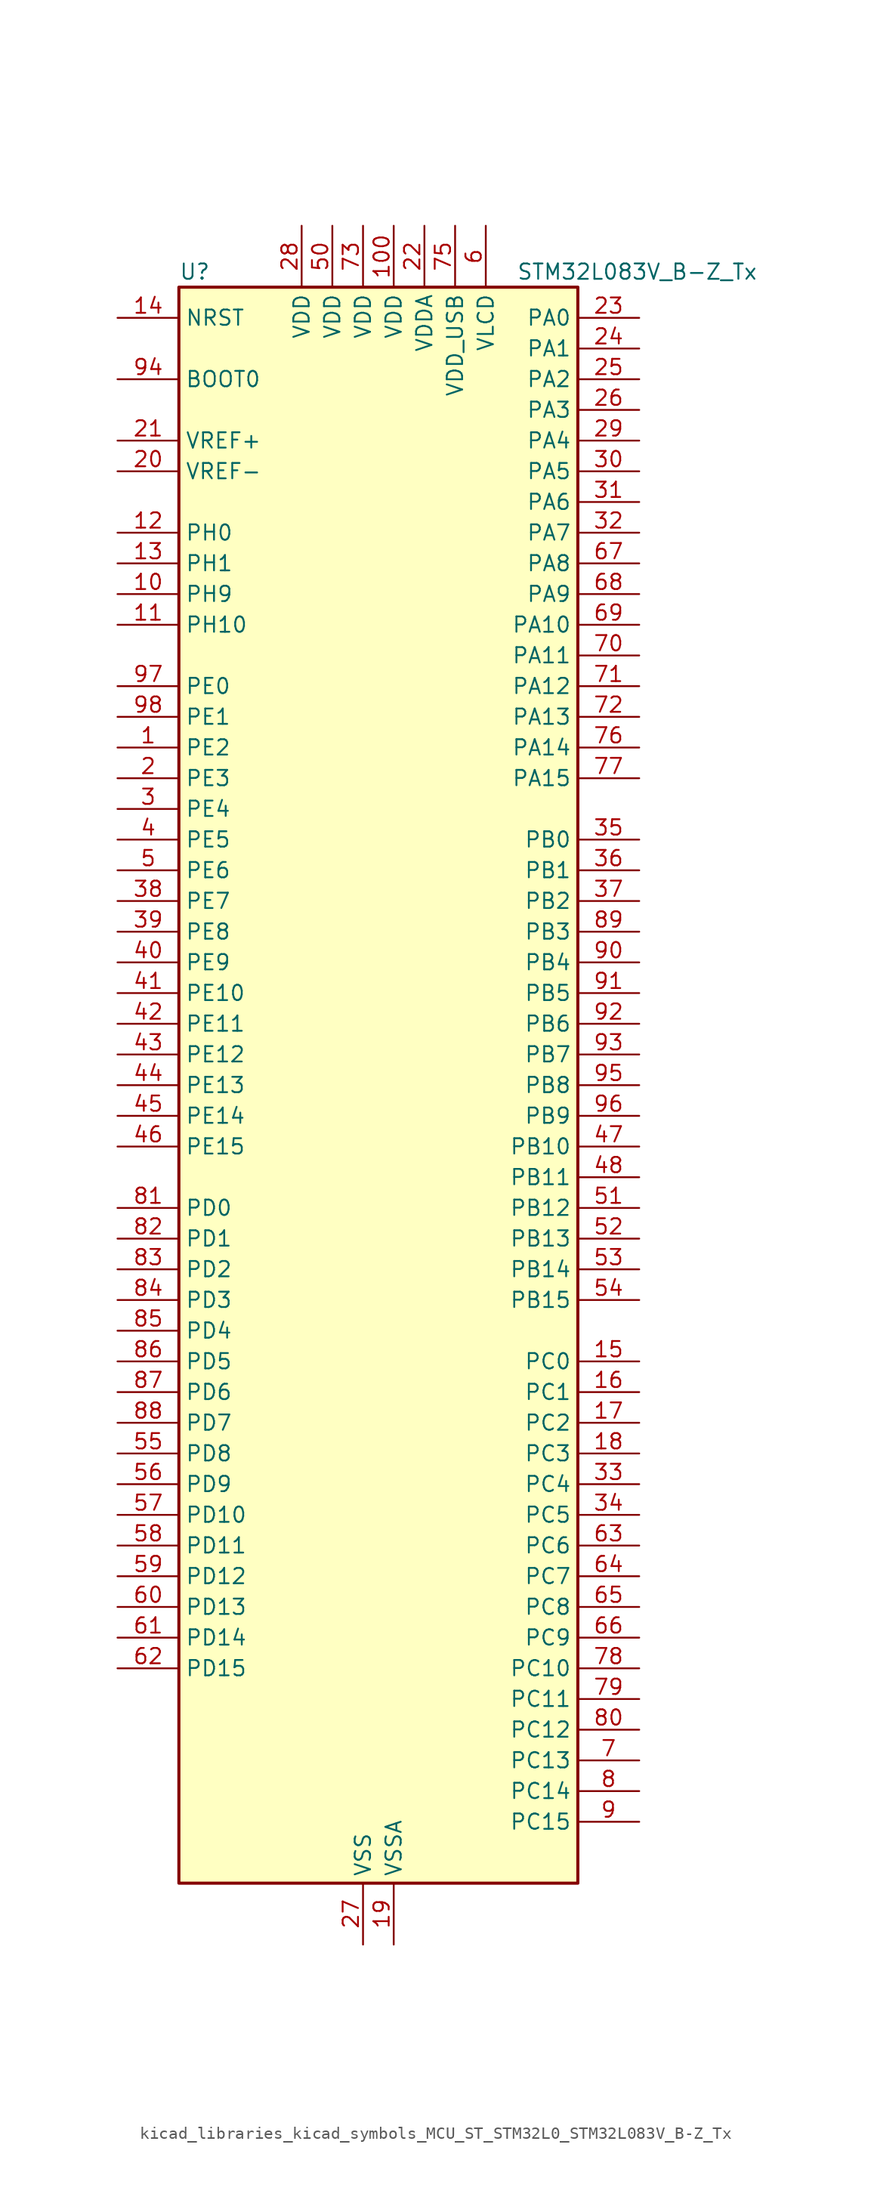
<source format=kicad_sym>
(kicad_symbol_lib
  (version 20220914)
  (generator kicad_symbol_editor)
  (symbol "kicad_libraries_kicad_symbols_MCU_ST_STM32L0_STM32L083V_B-Z_Tx"
    (property "Reference" "U"
      (at -15.24 67.31 0)
      (effects (font (size 1.27 1.27)) (justify left)))
    (property "Value" "STM32L083V_B-Z_Tx"
      (at 12.7 67.31 0)
      (effects (font (size 1.27 1.27)) (justify left)))
    (property "ki_locked" ""
      (at 0 0 0)
      (effects (font (size 1.27 1.27))))
    (symbol "kicad_libraries_kicad_symbols_MCU_ST_STM32L0_STM32L083V_B-Z_Tx_0_1"
      (rectangle (start -15.24 -66.04) (end 17.78 66.04) (stroke (width 0.254) (type default)) (fill (type background))))
    (symbol "kicad_libraries_kicad_symbols_MCU_ST_STM32L0_STM32L083V_B-Z_Tx_1_1"
      (pin bidirectional line (at -20.32 27.94 0) (length 5.08) (name "PE2" (effects (font (size 1.27 1.27)))) (number "1" (effects (font (size 1.27 1.27)))) (alternate "LCD_SEG38" bidirectional line) (alternate "TIM3_ETR" bidirectional line))
      (pin bidirectional line (at -20.32 40.64 0) (length 5.08) (name "PH9" (effects (font (size 1.27 1.27)))) (number "10" (effects (font (size 1.27 1.27)))) (alternate "DAC_EXTI9" bidirectional line))
      (pin power_in line (at 2.54 71.12 270) (length 5.08) (name "VDD" (effects (font (size 1.27 1.27)))) (number "100" (effects (font (size 1.27 1.27)))))
      (pin bidirectional line (at -20.32 38.1 0) (length 5.08) (name "PH10" (effects (font (size 1.27 1.27)))) (number "11" (effects (font (size 1.27 1.27)))))
      (pin bidirectional line (at -20.32 45.72 0) (length 5.08) (name "PH0" (effects (font (size 1.27 1.27)))) (number "12" (effects (font (size 1.27 1.27)))) (alternate "CRS_SYNC" bidirectional line) (alternate "RCC_OSC_IN" bidirectional line))
      (pin bidirectional line (at -20.32 43.18 0) (length 5.08) (name "PH1" (effects (font (size 1.27 1.27)))) (number "13" (effects (font (size 1.27 1.27)))) (alternate "RCC_OSC_OUT" bidirectional line))
      (pin input line (at -20.32 63.5 0) (length 5.08) (name "NRST" (effects (font (size 1.27 1.27)))) (number "14" (effects (font (size 1.27 1.27)))))
      (pin bidirectional line (at 22.86 -22.86 180) (length 5.08) (name "PC0" (effects (font (size 1.27 1.27)))) (number "15" (effects (font (size 1.27 1.27)))) (alternate "ADC_IN10" bidirectional line) (alternate "I2C3_SCL" bidirectional line) (alternate "LCD_SEG18" bidirectional line) (alternate "LPTIM1_IN1" bidirectional line) (alternate "LPUART1_RX" bidirectional line) (alternate "TSC_G7_IO1" bidirectional line))
      (pin bidirectional line (at 22.86 -25.4 180) (length 5.08) (name "PC1" (effects (font (size 1.27 1.27)))) (number "16" (effects (font (size 1.27 1.27)))) (alternate "ADC_IN11" bidirectional line) (alternate "I2C3_SDA" bidirectional line) (alternate "LCD_SEG19" bidirectional line) (alternate "LPTIM1_OUT" bidirectional line) (alternate "LPUART1_TX" bidirectional line) (alternate "TSC_G7_IO2" bidirectional line))
      (pin bidirectional line (at 22.86 -27.94 180) (length 5.08) (name "PC2" (effects (font (size 1.27 1.27)))) (number "17" (effects (font (size 1.27 1.27)))) (alternate "ADC_IN12" bidirectional line) (alternate "I2S2_MCK" bidirectional line) (alternate "LCD_SEG20" bidirectional line) (alternate "LPTIM1_IN2" bidirectional line) (alternate "SPI2_MISO" bidirectional line) (alternate "TSC_G7_IO3" bidirectional line))
      (pin bidirectional line (at 22.86 -30.48 180) (length 5.08) (name "PC3" (effects (font (size 1.27 1.27)))) (number "18" (effects (font (size 1.27 1.27)))) (alternate "ADC_IN13" bidirectional line) (alternate "I2S2_SD" bidirectional line) (alternate "LCD_SEG21" bidirectional line) (alternate "LPTIM1_ETR" bidirectional line) (alternate "SPI2_MOSI" bidirectional line) (alternate "TSC_G7_IO4" bidirectional line))
      (pin power_in line (at 2.54 -71.12 90) (length 5.08) (name "VSSA" (effects (font (size 1.27 1.27)))) (number "19" (effects (font (size 1.27 1.27)))))
      (pin bidirectional line (at -20.32 25.4 0) (length 5.08) (name "PE3" (effects (font (size 1.27 1.27)))) (number "2" (effects (font (size 1.27 1.27)))) (alternate "LCD_SEG39" bidirectional line) (alternate "TIM22_CH1" bidirectional line) (alternate "TIM3_CH1" bidirectional line))
      (pin input line (at -20.32 50.8 0) (length 5.08) (name "VREF-" (effects (font (size 1.27 1.27)))) (number "20" (effects (font (size 1.27 1.27)))))
      (pin input line (at -20.32 53.34 0) (length 5.08) (name "VREF+" (effects (font (size 1.27 1.27)))) (number "21" (effects (font (size 1.27 1.27)))))
      (pin power_in line (at 5.08 71.12 270) (length 5.08) (name "VDDA" (effects (font (size 1.27 1.27)))) (number "22" (effects (font (size 1.27 1.27)))))
      (pin bidirectional line (at 22.86 63.5 180) (length 5.08) (name "PA0" (effects (font (size 1.27 1.27)))) (number "23" (effects (font (size 1.27 1.27)))) (alternate "ADC_IN0" bidirectional line) (alternate "COMP1_INM" bidirectional line) (alternate "COMP1_OUT" bidirectional line) (alternate "RTC_TAMP2" bidirectional line) (alternate "SYS_WKUP1" bidirectional line) (alternate "TIM2_CH1" bidirectional line) (alternate "TIM2_ETR" bidirectional line) (alternate "TSC_G1_IO1" bidirectional line) (alternate "USART2_CTS" bidirectional line) (alternate "USART4_TX" bidirectional line))
      (pin bidirectional line (at 22.86 60.96 180) (length 5.08) (name "PA1" (effects (font (size 1.27 1.27)))) (number "24" (effects (font (size 1.27 1.27)))) (alternate "ADC_IN1" bidirectional line) (alternate "COMP1_INP" bidirectional line) (alternate "LCD_SEG0" bidirectional line) (alternate "TIM21_ETR" bidirectional line) (alternate "TIM2_CH2" bidirectional line) (alternate "TSC_G1_IO2" bidirectional line) (alternate "USART2_DE" bidirectional line) (alternate "USART2_RTS" bidirectional line) (alternate "USART4_RX" bidirectional line))
      (pin bidirectional line (at 22.86 58.42 180) (length 5.08) (name "PA2" (effects (font (size 1.27 1.27)))) (number "25" (effects (font (size 1.27 1.27)))) (alternate "ADC_IN2" bidirectional line) (alternate "COMP2_INM" bidirectional line) (alternate "COMP2_OUT" bidirectional line) (alternate "LCD_SEG1" bidirectional line) (alternate "LPUART1_TX" bidirectional line) (alternate "TIM21_CH1" bidirectional line) (alternate "TIM2_CH3" bidirectional line) (alternate "TSC_G1_IO3" bidirectional line) (alternate "USART2_TX" bidirectional line))
      (pin bidirectional line (at 22.86 55.88 180) (length 5.08) (name "PA3" (effects (font (size 1.27 1.27)))) (number "26" (effects (font (size 1.27 1.27)))) (alternate "ADC_IN3" bidirectional line) (alternate "COMP2_INP" bidirectional line) (alternate "LCD_SEG2" bidirectional line) (alternate "LPUART1_RX" bidirectional line) (alternate "TIM21_CH2" bidirectional line) (alternate "TIM2_CH4" bidirectional line) (alternate "TSC_G1_IO4" bidirectional line) (alternate "USART2_RX" bidirectional line))
      (pin power_in line (at 0 -71.12 90) (length 5.08) (name "VSS" (effects (font (size 1.27 1.27)))) (number "27" (effects (font (size 1.27 1.27)))))
      (pin power_in line (at -5.08 71.12 270) (length 5.08) (name "VDD" (effects (font (size 1.27 1.27)))) (number "28" (effects (font (size 1.27 1.27)))))
      (pin bidirectional line (at 22.86 53.34 180) (length 5.08) (name "PA4" (effects (font (size 1.27 1.27)))) (number "29" (effects (font (size 1.27 1.27)))) (alternate "ADC_IN4" bidirectional line) (alternate "COMP1_INM" bidirectional line) (alternate "COMP2_INM" bidirectional line) (alternate "DAC_OUT1" bidirectional line) (alternate "SPI1_NSS" bidirectional line) (alternate "TIM22_ETR" bidirectional line) (alternate "TSC_G2_IO1" bidirectional line) (alternate "USART2_CK" bidirectional line))
      (pin bidirectional line (at -20.32 22.86 0) (length 5.08) (name "PE4" (effects (font (size 1.27 1.27)))) (number "3" (effects (font (size 1.27 1.27)))) (alternate "TIM22_CH2" bidirectional line) (alternate "TIM3_CH2" bidirectional line))
      (pin bidirectional line (at 22.86 50.8 180) (length 5.08) (name "PA5" (effects (font (size 1.27 1.27)))) (number "30" (effects (font (size 1.27 1.27)))) (alternate "ADC_IN5" bidirectional line) (alternate "COMP1_INM" bidirectional line) (alternate "COMP2_INM" bidirectional line) (alternate "DAC_OUT2" bidirectional line) (alternate "SPI1_SCK" bidirectional line) (alternate "TIM2_CH1" bidirectional line) (alternate "TIM2_ETR" bidirectional line) (alternate "TSC_G2_IO2" bidirectional line))
      (pin bidirectional line (at 22.86 48.26 180) (length 5.08) (name "PA6" (effects (font (size 1.27 1.27)))) (number "31" (effects (font (size 1.27 1.27)))) (alternate "ADC_IN6" bidirectional line) (alternate "COMP1_OUT" bidirectional line) (alternate "LCD_SEG3" bidirectional line) (alternate "LPUART1_CTS" bidirectional line) (alternate "SPI1_MISO" bidirectional line) (alternate "TIM22_CH1" bidirectional line) (alternate "TIM3_CH1" bidirectional line) (alternate "TSC_G2_IO3" bidirectional line))
      (pin bidirectional line (at 22.86 45.72 180) (length 5.08) (name "PA7" (effects (font (size 1.27 1.27)))) (number "32" (effects (font (size 1.27 1.27)))) (alternate "ADC_IN7" bidirectional line) (alternate "COMP2_OUT" bidirectional line) (alternate "LCD_SEG4" bidirectional line) (alternate "SPI1_MOSI" bidirectional line) (alternate "TIM22_CH2" bidirectional line) (alternate "TIM3_CH2" bidirectional line) (alternate "TSC_G2_IO4" bidirectional line))
      (pin bidirectional line (at 22.86 -33.02 180) (length 5.08) (name "PC4" (effects (font (size 1.27 1.27)))) (number "33" (effects (font (size 1.27 1.27)))) (alternate "ADC_IN14" bidirectional line) (alternate "LCD_SEG22" bidirectional line) (alternate "LPUART1_TX" bidirectional line))
      (pin bidirectional line (at 22.86 -35.56 180) (length 5.08) (name "PC5" (effects (font (size 1.27 1.27)))) (number "34" (effects (font (size 1.27 1.27)))) (alternate "ADC_IN15" bidirectional line) (alternate "LCD_SEG23" bidirectional line) (alternate "LPUART1_RX" bidirectional line) (alternate "TSC_G3_IO1" bidirectional line))
      (pin bidirectional line (at 22.86 20.32 180) (length 5.08) (name "PB0" (effects (font (size 1.27 1.27)))) (number "35" (effects (font (size 1.27 1.27)))) (alternate "ADC_IN8" bidirectional line) (alternate "LCD_SEG5" bidirectional line) (alternate "LCD_VLCD3" bidirectional line) (alternate "SYS_VREF_OUT_PB0" bidirectional line) (alternate "TIM3_CH3" bidirectional line) (alternate "TSC_G3_IO2" bidirectional line))
      (pin bidirectional line (at 22.86 17.78 180) (length 5.08) (name "PB1" (effects (font (size 1.27 1.27)))) (number "36" (effects (font (size 1.27 1.27)))) (alternate "ADC_IN9" bidirectional line) (alternate "LCD_SEG6" bidirectional line) (alternate "LPUART1_DE" bidirectional line) (alternate "LPUART1_RTS" bidirectional line) (alternate "SYS_VREF_OUT_PB1" bidirectional line) (alternate "TIM3_CH4" bidirectional line) (alternate "TSC_G3_IO3" bidirectional line))
      (pin bidirectional line (at 22.86 15.24 180) (length 5.08) (name "PB2" (effects (font (size 1.27 1.27)))) (number "37" (effects (font (size 1.27 1.27)))) (alternate "I2C3_SMBA" bidirectional line) (alternate "LCD_VLCD2" bidirectional line) (alternate "LPTIM1_OUT" bidirectional line) (alternate "TSC_G3_IO4" bidirectional line))
      (pin bidirectional line (at -20.32 15.24 0) (length 5.08) (name "PE7" (effects (font (size 1.27 1.27)))) (number "38" (effects (font (size 1.27 1.27)))) (alternate "LCD_SEG45" bidirectional line) (alternate "USART5_CK" bidirectional line) (alternate "USART5_DE" bidirectional line) (alternate "USART5_RTS" bidirectional line))
      (pin bidirectional line (at -20.32 12.7 0) (length 5.08) (name "PE8" (effects (font (size 1.27 1.27)))) (number "39" (effects (font (size 1.27 1.27)))) (alternate "LCD_SEG46" bidirectional line) (alternate "USART4_TX" bidirectional line))
      (pin bidirectional line (at -20.32 20.32 0) (length 5.08) (name "PE5" (effects (font (size 1.27 1.27)))) (number "4" (effects (font (size 1.27 1.27)))) (alternate "TIM21_CH1" bidirectional line) (alternate "TIM3_CH3" bidirectional line))
      (pin bidirectional line (at -20.32 10.16 0) (length 5.08) (name "PE9" (effects (font (size 1.27 1.27)))) (number "40" (effects (font (size 1.27 1.27)))) (alternate "DAC_EXTI9" bidirectional line) (alternate "LCD_SEG47" bidirectional line) (alternate "TIM2_CH1" bidirectional line) (alternate "TIM2_ETR" bidirectional line) (alternate "USART4_RX" bidirectional line))
      (pin bidirectional line (at -20.32 7.62 0) (length 5.08) (name "PE10" (effects (font (size 1.27 1.27)))) (number "41" (effects (font (size 1.27 1.27)))) (alternate "LCD_SEG40" bidirectional line) (alternate "TIM2_CH2" bidirectional line) (alternate "USART5_TX" bidirectional line))
      (pin bidirectional line (at -20.32 5.08 0) (length 5.08) (name "PE11" (effects (font (size 1.27 1.27)))) (number "42" (effects (font (size 1.27 1.27)))) (alternate "ADC_EXTI11" bidirectional line) (alternate "LCD_VLCD1" bidirectional line) (alternate "TIM2_CH3" bidirectional line) (alternate "USART5_RX" bidirectional line))
      (pin bidirectional line (at -20.32 2.54 0) (length 5.08) (name "PE12" (effects (font (size 1.27 1.27)))) (number "43" (effects (font (size 1.27 1.27)))) (alternate "LCD_VLCD3" bidirectional line) (alternate "SPI1_NSS" bidirectional line) (alternate "TIM2_CH4" bidirectional line))
      (pin bidirectional line (at -20.32 0 0) (length 5.08) (name "PE13" (effects (font (size 1.27 1.27)))) (number "44" (effects (font (size 1.27 1.27)))) (alternate "LCD_SEG41" bidirectional line) (alternate "SPI1_SCK" bidirectional line))
      (pin bidirectional line (at -20.32 -2.54 0) (length 5.08) (name "PE14" (effects (font (size 1.27 1.27)))) (number "45" (effects (font (size 1.27 1.27)))) (alternate "LCD_SEG42" bidirectional line) (alternate "SPI1_MISO" bidirectional line))
      (pin bidirectional line (at -20.32 -5.08 0) (length 5.08) (name "PE15" (effects (font (size 1.27 1.27)))) (number "46" (effects (font (size 1.27 1.27)))) (alternate "LCD_SEG43" bidirectional line) (alternate "SPI1_MOSI" bidirectional line))
      (pin bidirectional line (at 22.86 -5.08 180) (length 5.08) (name "PB10" (effects (font (size 1.27 1.27)))) (number "47" (effects (font (size 1.27 1.27)))) (alternate "I2C2_SCL" bidirectional line) (alternate "LCD_SEG10" bidirectional line) (alternate "LPUART1_RX" bidirectional line) (alternate "LPUART1_TX" bidirectional line) (alternate "SPI2_SCK" bidirectional line) (alternate "TIM2_CH3" bidirectional line) (alternate "TSC_SYNC" bidirectional line))
      (pin bidirectional line (at 22.86 -7.62 180) (length 5.08) (name "PB11" (effects (font (size 1.27 1.27)))) (number "48" (effects (font (size 1.27 1.27)))) (alternate "ADC_EXTI11" bidirectional line) (alternate "I2C2_SDA" bidirectional line) (alternate "LCD_SEG11" bidirectional line) (alternate "LPUART1_RX" bidirectional line) (alternate "LPUART1_TX" bidirectional line) (alternate "TIM2_CH4" bidirectional line) (alternate "TSC_G6_IO1" bidirectional line))
      (pin passive line (at 0 -71.12 90) (length 5.08) hide (name "VSS" (effects (font (size 1.27 1.27)))) (number "49" (effects (font (size 1.27 1.27)))))
      (pin bidirectional line (at -20.32 17.78 0) (length 5.08) (name "PE6" (effects (font (size 1.27 1.27)))) (number "5" (effects (font (size 1.27 1.27)))) (alternate "RTC_TAMP3" bidirectional line) (alternate "SYS_WKUP3" bidirectional line) (alternate "TIM21_CH2" bidirectional line) (alternate "TIM3_CH4" bidirectional line))
      (pin power_in line (at -2.54 71.12 270) (length 5.08) (name "VDD" (effects (font (size 1.27 1.27)))) (number "50" (effects (font (size 1.27 1.27)))))
      (pin bidirectional line (at 22.86 -10.16 180) (length 5.08) (name "PB12" (effects (font (size 1.27 1.27)))) (number "51" (effects (font (size 1.27 1.27)))) (alternate "I2S2_WS" bidirectional line) (alternate "LCD_SEG12" bidirectional line) (alternate "LCD_VLCD2" bidirectional line) (alternate "LPUART1_DE" bidirectional line) (alternate "LPUART1_RTS" bidirectional line) (alternate "SPI2_NSS" bidirectional line) (alternate "TSC_G6_IO2" bidirectional line))
      (pin bidirectional line (at 22.86 -12.7 180) (length 5.08) (name "PB13" (effects (font (size 1.27 1.27)))) (number "52" (effects (font (size 1.27 1.27)))) (alternate "I2C2_SCL" bidirectional line) (alternate "I2S2_CK" bidirectional line) (alternate "LCD_SEG13" bidirectional line) (alternate "LPUART1_CTS" bidirectional line) (alternate "RCC_MCO" bidirectional line) (alternate "SPI2_SCK" bidirectional line) (alternate "TIM21_CH1" bidirectional line) (alternate "TSC_G6_IO3" bidirectional line))
      (pin bidirectional line (at 22.86 -15.24 180) (length 5.08) (name "PB14" (effects (font (size 1.27 1.27)))) (number "53" (effects (font (size 1.27 1.27)))) (alternate "I2C2_SDA" bidirectional line) (alternate "I2S2_MCK" bidirectional line) (alternate "LCD_SEG14" bidirectional line) (alternate "LPUART1_DE" bidirectional line) (alternate "LPUART1_RTS" bidirectional line) (alternate "RTC_OUT_ALARM" bidirectional line) (alternate "RTC_OUT_CALIB" bidirectional line) (alternate "SPI2_MISO" bidirectional line) (alternate "TIM21_CH2" bidirectional line) (alternate "TSC_G6_IO4" bidirectional line))
      (pin bidirectional line (at 22.86 -17.78 180) (length 5.08) (name "PB15" (effects (font (size 1.27 1.27)))) (number "54" (effects (font (size 1.27 1.27)))) (alternate "I2S2_SD" bidirectional line) (alternate "LCD_SEG15" bidirectional line) (alternate "RTC_REFIN" bidirectional line) (alternate "SPI2_MOSI" bidirectional line))
      (pin bidirectional line (at -20.32 -30.48 0) (length 5.08) (name "PD8" (effects (font (size 1.27 1.27)))) (number "55" (effects (font (size 1.27 1.27)))) (alternate "LCD_SEG28" bidirectional line) (alternate "LPUART1_TX" bidirectional line))
      (pin bidirectional line (at -20.32 -33.02 0) (length 5.08) (name "PD9" (effects (font (size 1.27 1.27)))) (number "56" (effects (font (size 1.27 1.27)))) (alternate "DAC_EXTI9" bidirectional line) (alternate "LCD_SEG29" bidirectional line) (alternate "LPUART1_RX" bidirectional line))
      (pin bidirectional line (at -20.32 -35.56 0) (length 5.08) (name "PD10" (effects (font (size 1.27 1.27)))) (number "57" (effects (font (size 1.27 1.27)))) (alternate "LCD_SEG30" bidirectional line))
      (pin bidirectional line (at -20.32 -38.1 0) (length 5.08) (name "PD11" (effects (font (size 1.27 1.27)))) (number "58" (effects (font (size 1.27 1.27)))) (alternate "ADC_EXTI11" bidirectional line) (alternate "LCD_SEG31" bidirectional line) (alternate "LPUART1_CTS" bidirectional line))
      (pin bidirectional line (at -20.32 -40.64 0) (length 5.08) (name "PD12" (effects (font (size 1.27 1.27)))) (number "59" (effects (font (size 1.27 1.27)))) (alternate "LCD_SEG32" bidirectional line) (alternate "LPUART1_DE" bidirectional line) (alternate "LPUART1_RTS" bidirectional line))
      (pin power_in line (at 10.16 71.12 270) (length 5.08) (name "VLCD" (effects (font (size 1.27 1.27)))) (number "6" (effects (font (size 1.27 1.27)))))
      (pin bidirectional line (at -20.32 -43.18 0) (length 5.08) (name "PD13" (effects (font (size 1.27 1.27)))) (number "60" (effects (font (size 1.27 1.27)))) (alternate "LCD_SEG33" bidirectional line))
      (pin bidirectional line (at -20.32 -45.72 0) (length 5.08) (name "PD14" (effects (font (size 1.27 1.27)))) (number "61" (effects (font (size 1.27 1.27)))) (alternate "LCD_SEG34" bidirectional line))
      (pin bidirectional line (at -20.32 -48.26 0) (length 5.08) (name "PD15" (effects (font (size 1.27 1.27)))) (number "62" (effects (font (size 1.27 1.27)))) (alternate "CRS_SYNC" bidirectional line) (alternate "LCD_SEG35" bidirectional line))
      (pin bidirectional line (at 22.86 -38.1 180) (length 5.08) (name "PC6" (effects (font (size 1.27 1.27)))) (number "63" (effects (font (size 1.27 1.27)))) (alternate "LCD_SEG24" bidirectional line) (alternate "TIM22_CH1" bidirectional line) (alternate "TIM3_CH1" bidirectional line) (alternate "TSC_G8_IO1" bidirectional line))
      (pin bidirectional line (at 22.86 -40.64 180) (length 5.08) (name "PC7" (effects (font (size 1.27 1.27)))) (number "64" (effects (font (size 1.27 1.27)))) (alternate "LCD_SEG25" bidirectional line) (alternate "TIM22_CH2" bidirectional line) (alternate "TIM3_CH2" bidirectional line) (alternate "TSC_G8_IO2" bidirectional line))
      (pin bidirectional line (at 22.86 -43.18 180) (length 5.08) (name "PC8" (effects (font (size 1.27 1.27)))) (number "65" (effects (font (size 1.27 1.27)))) (alternate "LCD_SEG26" bidirectional line) (alternate "TIM22_ETR" bidirectional line) (alternate "TIM3_CH3" bidirectional line) (alternate "TSC_G8_IO3" bidirectional line))
      (pin bidirectional line (at 22.86 -45.72 180) (length 5.08) (name "PC9" (effects (font (size 1.27 1.27)))) (number "66" (effects (font (size 1.27 1.27)))) (alternate "DAC_EXTI9" bidirectional line) (alternate "I2C3_SDA" bidirectional line) (alternate "LCD_SEG27" bidirectional line) (alternate "TIM21_ETR" bidirectional line) (alternate "TIM3_CH4" bidirectional line) (alternate "TSC_G8_IO4" bidirectional line) (alternate "USB_NOE" bidirectional line))
      (pin bidirectional line (at 22.86 43.18 180) (length 5.08) (name "PA8" (effects (font (size 1.27 1.27)))) (number "67" (effects (font (size 1.27 1.27)))) (alternate "CRS_SYNC" bidirectional line) (alternate "I2C3_SCL" bidirectional line) (alternate "LCD_COM0" bidirectional line) (alternate "RCC_MCO" bidirectional line) (alternate "USART1_CK" bidirectional line))
      (pin bidirectional line (at 22.86 40.64 180) (length 5.08) (name "PA9" (effects (font (size 1.27 1.27)))) (number "68" (effects (font (size 1.27 1.27)))) (alternate "DAC_EXTI9" bidirectional line) (alternate "I2C1_SCL" bidirectional line) (alternate "I2C3_SMBA" bidirectional line) (alternate "LCD_COM1" bidirectional line) (alternate "RCC_MCO" bidirectional line) (alternate "TSC_G4_IO1" bidirectional line) (alternate "USART1_TX" bidirectional line))
      (pin bidirectional line (at 22.86 38.1 180) (length 5.08) (name "PA10" (effects (font (size 1.27 1.27)))) (number "69" (effects (font (size 1.27 1.27)))) (alternate "I2C1_SDA" bidirectional line) (alternate "LCD_COM2" bidirectional line) (alternate "TSC_G4_IO2" bidirectional line) (alternate "USART1_RX" bidirectional line))
      (pin bidirectional line (at 22.86 -55.88 180) (length 5.08) (name "PC13" (effects (font (size 1.27 1.27)))) (number "7" (effects (font (size 1.27 1.27)))) (alternate "RTC_OUT_ALARM" bidirectional line) (alternate "RTC_OUT_CALIB" bidirectional line) (alternate "RTC_TAMP1" bidirectional line) (alternate "RTC_TS" bidirectional line) (alternate "SYS_WKUP2" bidirectional line))
      (pin bidirectional line (at 22.86 35.56 180) (length 5.08) (name "PA11" (effects (font (size 1.27 1.27)))) (number "70" (effects (font (size 1.27 1.27)))) (alternate "ADC_EXTI11" bidirectional line) (alternate "COMP1_OUT" bidirectional line) (alternate "SPI1_MISO" bidirectional line) (alternate "TSC_G4_IO3" bidirectional line) (alternate "USART1_CTS" bidirectional line) (alternate "USB_DM" bidirectional line))
      (pin bidirectional line (at 22.86 33.02 180) (length 5.08) (name "PA12" (effects (font (size 1.27 1.27)))) (number "71" (effects (font (size 1.27 1.27)))) (alternate "COMP2_OUT" bidirectional line) (alternate "SPI1_MOSI" bidirectional line) (alternate "TSC_G4_IO4" bidirectional line) (alternate "USART1_DE" bidirectional line) (alternate "USART1_RTS" bidirectional line) (alternate "USB_DP" bidirectional line))
      (pin bidirectional line (at 22.86 30.48 180) (length 5.08) (name "PA13" (effects (font (size 1.27 1.27)))) (number "72" (effects (font (size 1.27 1.27)))) (alternate "LPUART1_RX" bidirectional line) (alternate "SYS_SWDIO" bidirectional line) (alternate "USB_NOE" bidirectional line))
      (pin power_in line (at 0 71.12 270) (length 5.08) (name "VDD" (effects (font (size 1.27 1.27)))) (number "73" (effects (font (size 1.27 1.27)))))
      (pin passive line (at 0 -71.12 90) (length 5.08) hide (name "VSS" (effects (font (size 1.27 1.27)))) (number "74" (effects (font (size 1.27 1.27)))))
      (pin power_in line (at 7.62 71.12 270) (length 5.08) (name "VDD_USB" (effects (font (size 1.27 1.27)))) (number "75" (effects (font (size 1.27 1.27)))))
      (pin bidirectional line (at 22.86 27.94 180) (length 5.08) (name "PA14" (effects (font (size 1.27 1.27)))) (number "76" (effects (font (size 1.27 1.27)))) (alternate "LPUART1_TX" bidirectional line) (alternate "SYS_SWCLK" bidirectional line) (alternate "USART2_TX" bidirectional line))
      (pin bidirectional line (at 22.86 25.4 180) (length 5.08) (name "PA15" (effects (font (size 1.27 1.27)))) (number "77" (effects (font (size 1.27 1.27)))) (alternate "LCD_SEG17" bidirectional line) (alternate "SPI1_NSS" bidirectional line) (alternate "TIM2_CH1" bidirectional line) (alternate "TIM2_ETR" bidirectional line) (alternate "USART2_RX" bidirectional line) (alternate "USART4_DE" bidirectional line) (alternate "USART4_RTS" bidirectional line))
      (pin bidirectional line (at 22.86 -48.26 180) (length 5.08) (name "PC10" (effects (font (size 1.27 1.27)))) (number "78" (effects (font (size 1.27 1.27)))) (alternate "LCD_COM4" bidirectional line) (alternate "LCD_SEG28" bidirectional line) (alternate "LCD_SEG48" bidirectional line) (alternate "LPUART1_TX" bidirectional line) (alternate "USART4_TX" bidirectional line))
      (pin bidirectional line (at 22.86 -50.8 180) (length 5.08) (name "PC11" (effects (font (size 1.27 1.27)))) (number "79" (effects (font (size 1.27 1.27)))) (alternate "ADC_EXTI11" bidirectional line) (alternate "LCD_COM5" bidirectional line) (alternate "LCD_SEG29" bidirectional line) (alternate "LCD_SEG49" bidirectional line) (alternate "LPUART1_RX" bidirectional line) (alternate "USART4_RX" bidirectional line))
      (pin bidirectional line (at 22.86 -58.42 180) (length 5.08) (name "PC14" (effects (font (size 1.27 1.27)))) (number "8" (effects (font (size 1.27 1.27)))) (alternate "RCC_OSC32_IN" bidirectional line))
      (pin bidirectional line (at 22.86 -53.34 180) (length 5.08) (name "PC12" (effects (font (size 1.27 1.27)))) (number "80" (effects (font (size 1.27 1.27)))) (alternate "LCD_COM6" bidirectional line) (alternate "LCD_SEG30" bidirectional line) (alternate "LCD_SEG50" bidirectional line) (alternate "USART4_CK" bidirectional line) (alternate "USART5_TX" bidirectional line))
      (pin bidirectional line (at -20.32 -10.16 0) (length 5.08) (name "PD0" (effects (font (size 1.27 1.27)))) (number "81" (effects (font (size 1.27 1.27)))) (alternate "I2S2_WS" bidirectional line) (alternate "SPI2_NSS" bidirectional line) (alternate "TIM21_CH1" bidirectional line))
      (pin bidirectional line (at -20.32 -12.7 0) (length 5.08) (name "PD1" (effects (font (size 1.27 1.27)))) (number "82" (effects (font (size 1.27 1.27)))) (alternate "I2S2_CK" bidirectional line) (alternate "SPI2_SCK" bidirectional line))
      (pin bidirectional line (at -20.32 -15.24 0) (length 5.08) (name "PD2" (effects (font (size 1.27 1.27)))) (number "83" (effects (font (size 1.27 1.27)))) (alternate "LCD_COM7" bidirectional line) (alternate "LCD_SEG31" bidirectional line) (alternate "LCD_SEG51" bidirectional line) (alternate "LPUART1_DE" bidirectional line) (alternate "LPUART1_RTS" bidirectional line) (alternate "TIM3_ETR" bidirectional line) (alternate "USART5_RX" bidirectional line))
      (pin bidirectional line (at -20.32 -17.78 0) (length 5.08) (name "PD3" (effects (font (size 1.27 1.27)))) (number "84" (effects (font (size 1.27 1.27)))) (alternate "I2S2_MCK" bidirectional line) (alternate "LCD_SEG44" bidirectional line) (alternate "SPI2_MISO" bidirectional line) (alternate "USART2_CTS" bidirectional line))
      (pin bidirectional line (at -20.32 -20.32 0) (length 5.08) (name "PD4" (effects (font (size 1.27 1.27)))) (number "85" (effects (font (size 1.27 1.27)))) (alternate "I2S2_SD" bidirectional line) (alternate "SPI2_MOSI" bidirectional line) (alternate "USART2_DE" bidirectional line) (alternate "USART2_RTS" bidirectional line))
      (pin bidirectional line (at -20.32 -22.86 0) (length 5.08) (name "PD5" (effects (font (size 1.27 1.27)))) (number "86" (effects (font (size 1.27 1.27)))) (alternate "USART2_TX" bidirectional line))
      (pin bidirectional line (at -20.32 -25.4 0) (length 5.08) (name "PD6" (effects (font (size 1.27 1.27)))) (number "87" (effects (font (size 1.27 1.27)))) (alternate "USART2_RX" bidirectional line))
      (pin bidirectional line (at -20.32 -27.94 0) (length 5.08) (name "PD7" (effects (font (size 1.27 1.27)))) (number "88" (effects (font (size 1.27 1.27)))) (alternate "TIM21_CH2" bidirectional line) (alternate "USART2_CK" bidirectional line))
      (pin bidirectional line (at 22.86 12.7 180) (length 5.08) (name "PB3" (effects (font (size 1.27 1.27)))) (number "89" (effects (font (size 1.27 1.27)))) (alternate "COMP2_INM" bidirectional line) (alternate "LCD_SEG7" bidirectional line) (alternate "SPI1_SCK" bidirectional line) (alternate "TIM2_CH2" bidirectional line) (alternate "TSC_G5_IO1" bidirectional line) (alternate "USART1_DE" bidirectional line) (alternate "USART1_RTS" bidirectional line) (alternate "USART5_TX" bidirectional line))
      (pin bidirectional line (at 22.86 -60.96 180) (length 5.08) (name "PC15" (effects (font (size 1.27 1.27)))) (number "9" (effects (font (size 1.27 1.27)))) (alternate "RCC_OSC32_OUT" bidirectional line))
      (pin bidirectional line (at 22.86 10.16 180) (length 5.08) (name "PB4" (effects (font (size 1.27 1.27)))) (number "90" (effects (font (size 1.27 1.27)))) (alternate "COMP2_INP" bidirectional line) (alternate "I2C3_SDA" bidirectional line) (alternate "LCD_SEG8" bidirectional line) (alternate "SPI1_MISO" bidirectional line) (alternate "TIM22_CH1" bidirectional line) (alternate "TIM3_CH1" bidirectional line) (alternate "TSC_G5_IO2" bidirectional line) (alternate "USART1_CTS" bidirectional line) (alternate "USART5_RX" bidirectional line))
      (pin bidirectional line (at 22.86 7.62 180) (length 5.08) (name "PB5" (effects (font (size 1.27 1.27)))) (number "91" (effects (font (size 1.27 1.27)))) (alternate "COMP2_INP" bidirectional line) (alternate "I2C1_SMBA" bidirectional line) (alternate "LCD_SEG9" bidirectional line) (alternate "LPTIM1_IN1" bidirectional line) (alternate "SPI1_MOSI" bidirectional line) (alternate "TIM22_CH2" bidirectional line) (alternate "TIM3_CH2" bidirectional line) (alternate "USART1_CK" bidirectional line) (alternate "USART5_CK" bidirectional line) (alternate "USART5_DE" bidirectional line) (alternate "USART5_RTS" bidirectional line))
      (pin bidirectional line (at 22.86 5.08 180) (length 5.08) (name "PB6" (effects (font (size 1.27 1.27)))) (number "92" (effects (font (size 1.27 1.27)))) (alternate "COMP2_INP" bidirectional line) (alternate "I2C1_SCL" bidirectional line) (alternate "LPTIM1_ETR" bidirectional line) (alternate "TSC_G5_IO3" bidirectional line) (alternate "USART1_TX" bidirectional line))
      (pin bidirectional line (at 22.86 2.54 180) (length 5.08) (name "PB7" (effects (font (size 1.27 1.27)))) (number "93" (effects (font (size 1.27 1.27)))) (alternate "COMP2_INP" bidirectional line) (alternate "I2C1_SDA" bidirectional line) (alternate "LPTIM1_IN2" bidirectional line) (alternate "SYS_PVD_IN" bidirectional line) (alternate "TSC_G5_IO4" bidirectional line) (alternate "USART1_RX" bidirectional line) (alternate "USART4_CTS" bidirectional line))
      (pin input line (at -20.32 58.42 0) (length 5.08) (name "BOOT0" (effects (font (size 1.27 1.27)))) (number "94" (effects (font (size 1.27 1.27)))))
      (pin bidirectional line (at 22.86 0 180) (length 5.08) (name "PB8" (effects (font (size 1.27 1.27)))) (number "95" (effects (font (size 1.27 1.27)))) (alternate "I2C1_SCL" bidirectional line) (alternate "LCD_SEG16" bidirectional line) (alternate "TSC_SYNC" bidirectional line))
      (pin bidirectional line (at 22.86 -2.54 180) (length 5.08) (name "PB9" (effects (font (size 1.27 1.27)))) (number "96" (effects (font (size 1.27 1.27)))) (alternate "DAC_EXTI9" bidirectional line) (alternate "I2C1_SDA" bidirectional line) (alternate "I2S2_WS" bidirectional line) (alternate "LCD_COM3" bidirectional line) (alternate "SPI2_NSS" bidirectional line))
      (pin bidirectional line (at -20.32 33.02 0) (length 5.08) (name "PE0" (effects (font (size 1.27 1.27)))) (number "97" (effects (font (size 1.27 1.27)))) (alternate "LCD_SEG36" bidirectional line))
      (pin bidirectional line (at -20.32 30.48 0) (length 5.08) (name "PE1" (effects (font (size 1.27 1.27)))) (number "98" (effects (font (size 1.27 1.27)))) (alternate "LCD_SEG37" bidirectional line))
      (pin passive line (at 0 -71.12 90) (length 5.08) hide (name "VSS" (effects (font (size 1.27 1.27)))) (number "99" (effects (font (size 1.27 1.27))))))))
</source>
